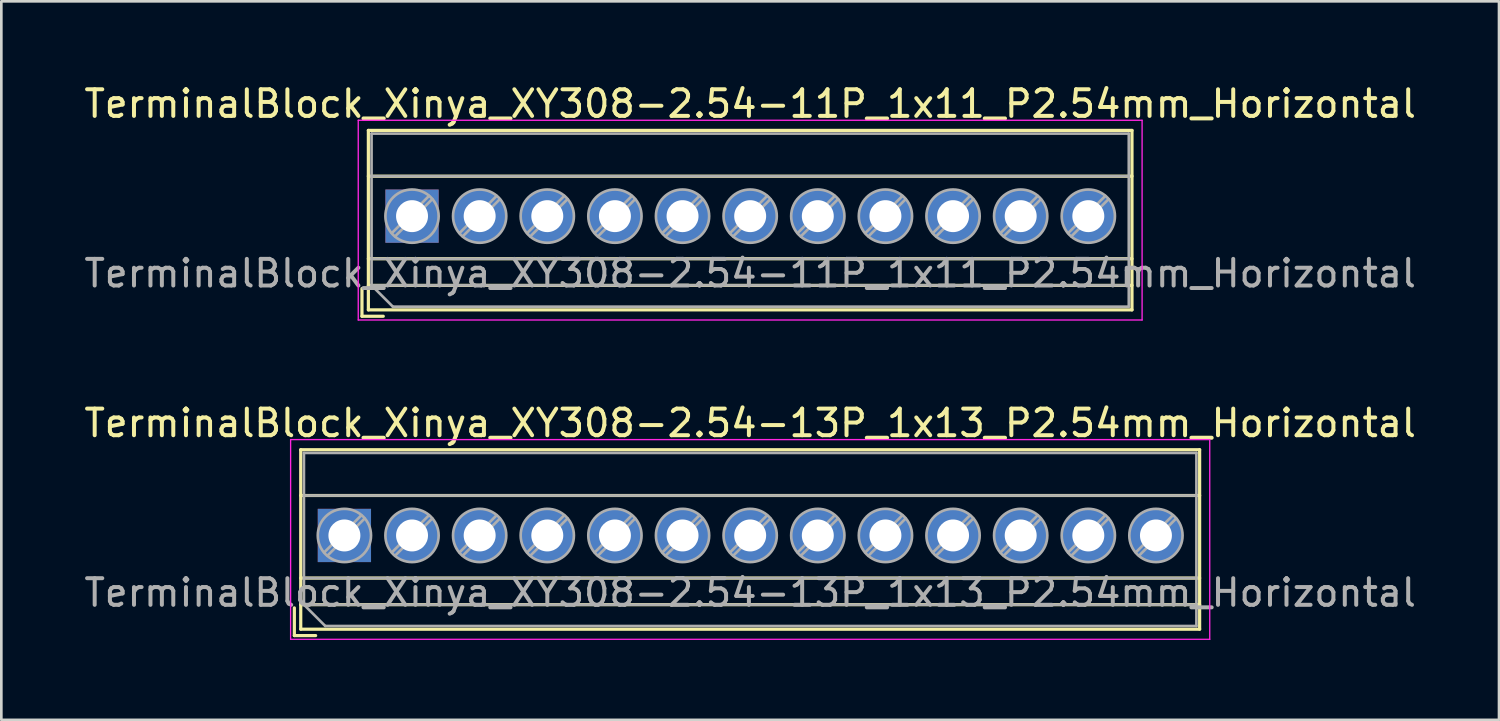
<source format=kicad_pcb>
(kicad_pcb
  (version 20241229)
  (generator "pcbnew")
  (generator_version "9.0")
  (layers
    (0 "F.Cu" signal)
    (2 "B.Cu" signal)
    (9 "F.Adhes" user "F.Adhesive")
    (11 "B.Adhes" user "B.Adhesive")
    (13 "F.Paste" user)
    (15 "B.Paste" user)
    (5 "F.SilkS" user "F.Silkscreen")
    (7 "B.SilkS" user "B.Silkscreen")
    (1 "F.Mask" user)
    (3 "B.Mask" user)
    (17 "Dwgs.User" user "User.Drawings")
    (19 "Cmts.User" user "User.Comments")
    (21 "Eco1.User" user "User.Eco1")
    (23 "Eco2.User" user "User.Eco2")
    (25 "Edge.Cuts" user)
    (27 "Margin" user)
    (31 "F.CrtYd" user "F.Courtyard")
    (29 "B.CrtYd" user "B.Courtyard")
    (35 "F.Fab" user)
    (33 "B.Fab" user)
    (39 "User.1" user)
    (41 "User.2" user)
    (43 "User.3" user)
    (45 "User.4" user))
  (footprint "TerminalBlock_Xinya_XY308-2.54-13P_1x13_P2.54mm_Horizontal"
    (layer "F.Cu")
    (at 9.885 17.061)
    (property "Reference" "TerminalBlock_Xinya_XY308-2.54-13P_1x13_P2.54mm_Horizontal" (at 15.24 -4.22 0) (layer "F.SilkS") (effects (font (size 1 1) (thickness 0.15))))
    (attr through_hole)
    (fp_line (start -1.88 2.72) (end -1.88 3.76) (stroke (width 0.12) (type solid)) (layer "F.SilkS"))
    (fp_line (start -1.88 3.76) (end -1.08 3.76) (stroke (width 0.12) (type solid)) (layer "F.SilkS"))
    (fp_line (start -1.64 -3.22) (end -1.64 3.52) (stroke (width 0.12) (type solid)) (layer "F.SilkS"))
    (fp_line (start -1.64 -3.22) (end 32.121 -3.22) (stroke (width 0.12) (type solid)) (layer "F.SilkS"))
    (fp_line (start -1.64 -1.501) (end 32.121 -1.501) (stroke (width 0.12) (type solid)) (layer "F.SilkS"))
    (fp_line (start -1.64 1.6) (end 32.121 1.6) (stroke (width 0.12) (type solid)) (layer "F.SilkS"))
    (fp_line (start -1.64 2.6) (end 32.121 2.6) (stroke (width 0.12) (type solid)) (layer "F.SilkS"))
    (fp_line (start -1.64 3.52) (end 32.121 3.52) (stroke (width 0.12) (type solid)) (layer "F.SilkS"))
    (fp_line (start 32.121 -3.22) (end 32.121 3.52) (stroke (width 0.12) (type solid)) (layer "F.SilkS"))
    (fp_line (start -2.02 -3.6) (end -2.02 3.9) (stroke (width 0.05) (type solid)) (layer "F.CrtYd"))
    (fp_line (start -2.02 3.9) (end 32.5 3.9) (stroke (width 0.05) (type solid)) (layer "F.CrtYd"))
    (fp_line (start 32.5 -3.6) (end -2.02 -3.6) (stroke (width 0.05) (type solid)) (layer "F.CrtYd"))
    (fp_line (start 32.5 3.9) (end 32.5 -3.6) (stroke (width 0.05) (type solid)) (layer "F.CrtYd"))
    (fp_line (start -1.52 -3.1) (end 32 -3.1) (stroke (width 0.1) (type solid)) (layer "F.Fab"))
    (fp_line (start -1.52 -1.5) (end 32 -1.5) (stroke (width 0.1) (type solid)) (layer "F.Fab"))
    (fp_line (start -1.52 1.6) (end 32 1.6) (stroke (width 0.1) (type solid)) (layer "F.Fab"))
    (fp_line (start -1.52 2.6) (end -1.52 -3.1) (stroke (width 0.1) (type solid)) (layer "F.Fab"))
    (fp_line (start -1.52 2.6) (end 32 2.6) (stroke (width 0.1) (type solid)) (layer "F.Fab"))
    (fp_line (start -0.72 3.4) (end -1.52 2.6) (stroke (width 0.1) (type solid)) (layer "F.Fab"))
    (fp_line (start 0.637 -0.759) (end -0.759 0.637) (stroke (width 0.1) (type solid)) (layer "F.Fab"))
    (fp_line (start 0.759 -0.637) (end -0.637 0.759) (stroke (width 0.1) (type solid)) (layer "F.Fab"))
    (fp_line (start 3.177 -0.759) (end 1.782 0.637) (stroke (width 0.1) (type solid)) (layer "F.Fab"))
    (fp_line (start 3.299 -0.637) (end 1.904 0.759) (stroke (width 0.1) (type solid)) (layer "F.Fab"))
    (fp_line (start 5.717 -0.759) (end 4.322 0.637) (stroke (width 0.1) (type solid)) (layer "F.Fab"))
    (fp_line (start 5.839 -0.637) (end 4.444 0.759) (stroke (width 0.1) (type solid)) (layer "F.Fab"))
    (fp_line (start 8.257 -0.759) (end 6.862 0.637) (stroke (width 0.1) (type solid)) (layer "F.Fab"))
    (fp_line (start 8.379 -0.637) (end 6.984 0.759) (stroke (width 0.1) (type solid)) (layer "F.Fab"))
    (fp_line (start 10.797 -0.759) (end 9.402 0.637) (stroke (width 0.1) (type solid)) (layer "F.Fab"))
    (fp_line (start 10.919 -0.637) (end 9.524 0.759) (stroke (width 0.1) (type solid)) (layer "F.Fab"))
    (fp_line (start 13.337 -0.759) (end 11.942 0.637) (stroke (width 0.1) (type solid)) (layer "F.Fab"))
    (fp_line (start 13.459 -0.637) (end 12.064 0.759) (stroke (width 0.1) (type solid)) (layer "F.Fab"))
    (fp_line (start 15.877 -0.759) (end 14.482 0.637) (stroke (width 0.1) (type solid)) (layer "F.Fab"))
    (fp_line (start 15.999 -0.637) (end 14.604 0.759) (stroke (width 0.1) (type solid)) (layer "F.Fab"))
    (fp_line (start 18.417 -0.759) (end 17.022 0.637) (stroke (width 0.1) (type solid)) (layer "F.Fab"))
    (fp_line (start 18.539 -0.637) (end 17.144 0.759) (stroke (width 0.1) (type solid)) (layer "F.Fab"))
    (fp_line (start 20.957 -0.759) (end 19.562 0.637) (stroke (width 0.1) (type solid)) (layer "F.Fab"))
    (fp_line (start 21.079 -0.637) (end 19.684 0.759) (stroke (width 0.1) (type solid)) (layer "F.Fab"))
    (fp_line (start 23.497 -0.759) (end 22.102 0.637) (stroke (width 0.1) (type solid)) (layer "F.Fab"))
    (fp_line (start 23.619 -0.637) (end 22.224 0.759) (stroke (width 0.1) (type solid)) (layer "F.Fab"))
    (fp_line (start 26.037 -0.759) (end 24.642 0.637) (stroke (width 0.1) (type solid)) (layer "F.Fab"))
    (fp_line (start 26.159 -0.637) (end 24.764 0.759) (stroke (width 0.1) (type solid)) (layer "F.Fab"))
    (fp_line (start 28.577 -0.759) (end 27.182 0.637) (stroke (width 0.1) (type solid)) (layer "F.Fab"))
    (fp_line (start 28.699 -0.637) (end 27.304 0.759) (stroke (width 0.1) (type solid)) (layer "F.Fab"))
    (fp_line (start 31.117 -0.759) (end 29.722 0.637) (stroke (width 0.1) (type solid)) (layer "F.Fab"))
    (fp_line (start 31.239 -0.637) (end 29.844 0.759) (stroke (width 0.1) (type solid)) (layer "F.Fab"))
    (fp_line (start 32 -3.1) (end 32 3.4) (stroke (width 0.1) (type solid)) (layer "F.Fab"))
    (fp_line (start 32 3.4) (end -0.72 3.4) (stroke (width 0.1) (type solid)) (layer "F.Fab"))
    (fp_circle (center 0 0) (end 1 0) (stroke (width 0.1) (type solid)) (fill no) (layer "F.Fab"))
    (fp_circle (center 2.54 0) (end 3.54 0) (stroke (width 0.1) (type solid)) (fill no) (layer "F.Fab"))
    (fp_circle (center 5.08 0) (end 6.08 0) (stroke (width 0.1) (type solid)) (fill no) (layer "F.Fab"))
    (fp_circle (center 7.62 0) (end 8.62 0) (stroke (width 0.1) (type solid)) (fill no) (layer "F.Fab"))
    (fp_circle (center 10.16 0) (end 11.16 0) (stroke (width 0.1) (type solid)) (fill no) (layer "F.Fab"))
    (fp_circle (center 12.7 0) (end 13.7 0) (stroke (width 0.1) (type solid)) (fill no) (layer "F.Fab"))
    (fp_circle (center 15.24 0) (end 16.24 0) (stroke (width 0.1) (type solid)) (fill no) (layer "F.Fab"))
    (fp_circle (center 17.78 0) (end 18.78 0) (stroke (width 0.1) (type solid)) (fill no) (layer "F.Fab"))
    (fp_circle (center 20.32 0) (end 21.32 0) (stroke (width 0.1) (type solid)) (fill no) (layer "F.Fab"))
    (fp_circle (center 22.86 0) (end 23.86 0) (stroke (width 0.1) (type solid)) (fill no) (layer "F.Fab"))
    (fp_circle (center 25.4 0) (end 26.4 0) (stroke (width 0.1) (type solid)) (fill no) (layer "F.Fab"))
    (fp_circle (center 27.94 0) (end 28.94 0) (stroke (width 0.1) (type solid)) (fill no) (layer "F.Fab"))
    (fp_circle (center 30.48 0) (end 31.48 0) (stroke (width 0.1) (type solid)) (fill no) (layer "F.Fab"))
    (fp_text user "${REFERENCE}" (at 15.24 2.15 0) (layer "F.Fab") (effects (font (size 1 1) (thickness 0.15))))
    (pad "1" thru_hole rect (at 0 0) (size 2 2) (drill 1.2) (layers "*.Cu" "*.Mask"))
    (pad "2" thru_hole circle (at 2.54 0) (size 2 2) (drill 1.2) (layers "*.Cu" "*.Mask"))
    (pad "3" thru_hole circle (at 5.08 0) (size 2 2) (drill 1.2) (layers "*.Cu" "*.Mask"))
    (pad "4" thru_hole circle (at 7.62 0) (size 2 2) (drill 1.2) (layers "*.Cu" "*.Mask"))
    (pad "5" thru_hole circle (at 10.16 0) (size 2 2) (drill 1.2) (layers "*.Cu" "*.Mask"))
    (pad "6" thru_hole circle (at 12.7 0) (size 2 2) (drill 1.2) (layers "*.Cu" "*.Mask"))
    (pad "7" thru_hole circle (at 15.24 0) (size 2 2) (drill 1.2) (layers "*.Cu" "*.Mask"))
    (pad "8" thru_hole circle (at 17.78 0) (size 2 2) (drill 1.2) (layers "*.Cu" "*.Mask"))
    (pad "9" thru_hole circle (at 20.32 0) (size 2 2) (drill 1.2) (layers "*.Cu" "*.Mask"))
    (pad "10" thru_hole circle (at 22.86 0) (size 2 2) (drill 1.2) (layers "*.Cu" "*.Mask"))
    (pad "11" thru_hole circle (at 25.4 0) (size 2 2) (drill 1.2) (layers "*.Cu" "*.Mask"))
    (pad "12" thru_hole circle (at 27.94 0) (size 2 2) (drill 1.2) (layers "*.Cu" "*.Mask"))
    (pad "13" thru_hole circle (at 30.48 0) (size 2 2) (drill 1.2) (layers "*.Cu" "*.Mask")))
  (footprint "TerminalBlock_Xinya_XY308-2.54-11P_1x11_P2.54mm_Horizontal"
    (layer "F.Cu")
    (at 12.425 5.068)
    (property "Reference" "TerminalBlock_Xinya_XY308-2.54-11P_1x11_P2.54mm_Horizontal" (at 12.7 -4.22 0) (layer "F.SilkS") (effects (font (size 1 1) (thickness 0.15))))
    (attr through_hole)
    (fp_line (start -1.88 2.72) (end -1.88 3.76) (stroke (width 0.12) (type solid)) (layer "F.SilkS"))
    (fp_line (start -1.88 3.76) (end -1.08 3.76) (stroke (width 0.12) (type solid)) (layer "F.SilkS"))
    (fp_line (start -1.64 -3.22) (end -1.64 3.52) (stroke (width 0.12) (type solid)) (layer "F.SilkS"))
    (fp_line (start -1.64 -3.22) (end 27.04 -3.22) (stroke (width 0.12) (type solid)) (layer "F.SilkS"))
    (fp_line (start -1.64 -1.501) (end 27.04 -1.501) (stroke (width 0.12) (type solid)) (layer "F.SilkS"))
    (fp_line (start -1.64 1.6) (end 27.04 1.6) (stroke (width 0.12) (type solid)) (layer "F.SilkS"))
    (fp_line (start -1.64 2.6) (end 27.04 2.6) (stroke (width 0.12) (type solid)) (layer "F.SilkS"))
    (fp_line (start -1.64 3.52) (end 27.04 3.52) (stroke (width 0.12) (type solid)) (layer "F.SilkS"))
    (fp_line (start 27.04 -3.22) (end 27.04 3.52) (stroke (width 0.12) (type solid)) (layer "F.SilkS"))
    (fp_line (start -2.02 -3.6) (end -2.02 3.9) (stroke (width 0.05) (type solid)) (layer "F.CrtYd"))
    (fp_line (start -2.02 3.9) (end 27.42 3.9) (stroke (width 0.05) (type solid)) (layer "F.CrtYd"))
    (fp_line (start 27.42 -3.6) (end -2.02 -3.6) (stroke (width 0.05) (type solid)) (layer "F.CrtYd"))
    (fp_line (start 27.42 3.9) (end 27.42 -3.6) (stroke (width 0.05) (type solid)) (layer "F.CrtYd"))
    (fp_line (start -1.52 -3.1) (end 26.92 -3.1) (stroke (width 0.1) (type solid)) (layer "F.Fab"))
    (fp_line (start -1.52 -1.5) (end 26.92 -1.5) (stroke (width 0.1) (type solid)) (layer "F.Fab"))
    (fp_line (start -1.52 1.6) (end 26.92 1.6) (stroke (width 0.1) (type solid)) (layer "F.Fab"))
    (fp_line (start -1.52 2.6) (end -1.52 -3.1) (stroke (width 0.1) (type solid)) (layer "F.Fab"))
    (fp_line (start -1.52 2.6) (end 26.92 2.6) (stroke (width 0.1) (type solid)) (layer "F.Fab"))
    (fp_line (start -0.72 3.4) (end -1.52 2.6) (stroke (width 0.1) (type solid)) (layer "F.Fab"))
    (fp_line (start 0.637 -0.759) (end -0.759 0.637) (stroke (width 0.1) (type solid)) (layer "F.Fab"))
    (fp_line (start 0.759 -0.637) (end -0.637 0.759) (stroke (width 0.1) (type solid)) (layer "F.Fab"))
    (fp_line (start 3.177 -0.759) (end 1.782 0.637) (stroke (width 0.1) (type solid)) (layer "F.Fab"))
    (fp_line (start 3.299 -0.637) (end 1.904 0.759) (stroke (width 0.1) (type solid)) (layer "F.Fab"))
    (fp_line (start 5.717 -0.759) (end 4.322 0.637) (stroke (width 0.1) (type solid)) (layer "F.Fab"))
    (fp_line (start 5.839 -0.637) (end 4.444 0.759) (stroke (width 0.1) (type solid)) (layer "F.Fab"))
    (fp_line (start 8.257 -0.759) (end 6.862 0.637) (stroke (width 0.1) (type solid)) (layer "F.Fab"))
    (fp_line (start 8.379 -0.637) (end 6.984 0.759) (stroke (width 0.1) (type solid)) (layer "F.Fab"))
    (fp_line (start 10.797 -0.759) (end 9.402 0.637) (stroke (width 0.1) (type solid)) (layer "F.Fab"))
    (fp_line (start 10.919 -0.637) (end 9.524 0.759) (stroke (width 0.1) (type solid)) (layer "F.Fab"))
    (fp_line (start 13.337 -0.759) (end 11.942 0.637) (stroke (width 0.1) (type solid)) (layer "F.Fab"))
    (fp_line (start 13.459 -0.637) (end 12.064 0.759) (stroke (width 0.1) (type solid)) (layer "F.Fab"))
    (fp_line (start 15.877 -0.759) (end 14.482 0.637) (stroke (width 0.1) (type solid)) (layer "F.Fab"))
    (fp_line (start 15.999 -0.637) (end 14.604 0.759) (stroke (width 0.1) (type solid)) (layer "F.Fab"))
    (fp_line (start 18.417 -0.759) (end 17.022 0.637) (stroke (width 0.1) (type solid)) (layer "F.Fab"))
    (fp_line (start 18.539 -0.637) (end 17.144 0.759) (stroke (width 0.1) (type solid)) (layer "F.Fab"))
    (fp_line (start 20.957 -0.759) (end 19.562 0.637) (stroke (width 0.1) (type solid)) (layer "F.Fab"))
    (fp_line (start 21.079 -0.637) (end 19.684 0.759) (stroke (width 0.1) (type solid)) (layer "F.Fab"))
    (fp_line (start 23.497 -0.759) (end 22.102 0.637) (stroke (width 0.1) (type solid)) (layer "F.Fab"))
    (fp_line (start 23.619 -0.637) (end 22.224 0.759) (stroke (width 0.1) (type solid)) (layer "F.Fab"))
    (fp_line (start 26.037 -0.759) (end 24.642 0.637) (stroke (width 0.1) (type solid)) (layer "F.Fab"))
    (fp_line (start 26.159 -0.637) (end 24.764 0.759) (stroke (width 0.1) (type solid)) (layer "F.Fab"))
    (fp_line (start 26.92 -3.1) (end 26.92 3.4) (stroke (width 0.1) (type solid)) (layer "F.Fab"))
    (fp_line (start 26.92 3.4) (end -0.72 3.4) (stroke (width 0.1) (type solid)) (layer "F.Fab"))
    (fp_circle (center 0 0) (end 1 0) (stroke (width 0.1) (type solid)) (fill no) (layer "F.Fab"))
    (fp_circle (center 2.54 0) (end 3.54 0) (stroke (width 0.1) (type solid)) (fill no) (layer "F.Fab"))
    (fp_circle (center 5.08 0) (end 6.08 0) (stroke (width 0.1) (type solid)) (fill no) (layer "F.Fab"))
    (fp_circle (center 7.62 0) (end 8.62 0) (stroke (width 0.1) (type solid)) (fill no) (layer "F.Fab"))
    (fp_circle (center 10.16 0) (end 11.16 0) (stroke (width 0.1) (type solid)) (fill no) (layer "F.Fab"))
    (fp_circle (center 12.7 0) (end 13.7 0) (stroke (width 0.1) (type solid)) (fill no) (layer "F.Fab"))
    (fp_circle (center 15.24 0) (end 16.24 0) (stroke (width 0.1) (type solid)) (fill no) (layer "F.Fab"))
    (fp_circle (center 17.78 0) (end 18.78 0) (stroke (width 0.1) (type solid)) (fill no) (layer "F.Fab"))
    (fp_circle (center 20.32 0) (end 21.32 0) (stroke (width 0.1) (type solid)) (fill no) (layer "F.Fab"))
    (fp_circle (center 22.86 0) (end 23.86 0) (stroke (width 0.1) (type solid)) (fill no) (layer "F.Fab"))
    (fp_circle (center 25.4 0) (end 26.4 0) (stroke (width 0.1) (type solid)) (fill no) (layer "F.Fab"))
    (fp_text user "${REFERENCE}" (at 12.7 2.15 0) (layer "F.Fab") (effects (font (size 1 1) (thickness 0.15))))
    (pad "1" thru_hole rect (at 0 0) (size 2 2) (drill 1.2) (layers "*.Cu" "*.Mask"))
    (pad "2" thru_hole circle (at 2.54 0) (size 2 2) (drill 1.2) (layers "*.Cu" "*.Mask"))
    (pad "3" thru_hole circle (at 5.08 0) (size 2 2) (drill 1.2) (layers "*.Cu" "*.Mask"))
    (pad "4" thru_hole circle (at 7.62 0) (size 2 2) (drill 1.2) (layers "*.Cu" "*.Mask"))
    (pad "5" thru_hole circle (at 10.16 0) (size 2 2) (drill 1.2) (layers "*.Cu" "*.Mask"))
    (pad "6" thru_hole circle (at 12.7 0) (size 2 2) (drill 1.2) (layers "*.Cu" "*.Mask"))
    (pad "7" thru_hole circle (at 15.24 0) (size 2 2) (drill 1.2) (layers "*.Cu" "*.Mask"))
    (pad "8" thru_hole circle (at 17.78 0) (size 2 2) (drill 1.2) (layers "*.Cu" "*.Mask"))
    (pad "9" thru_hole circle (at 20.32 0) (size 2 2) (drill 1.2) (layers "*.Cu" "*.Mask"))
    (pad "10" thru_hole circle (at 22.86 0) (size 2 2) (drill 1.2) (layers "*.Cu" "*.Mask"))
    (pad "11" thru_hole circle (at 25.4 0) (size 2 2) (drill 1.2) (layers "*.Cu" "*.Mask")))
  (gr_rect
    (start -3 -3)
    (end 53.25 23.986)
    (stroke (width 0.1) (type default))
    (fill no)
    (layer "Edge.Cuts")))
</source>
